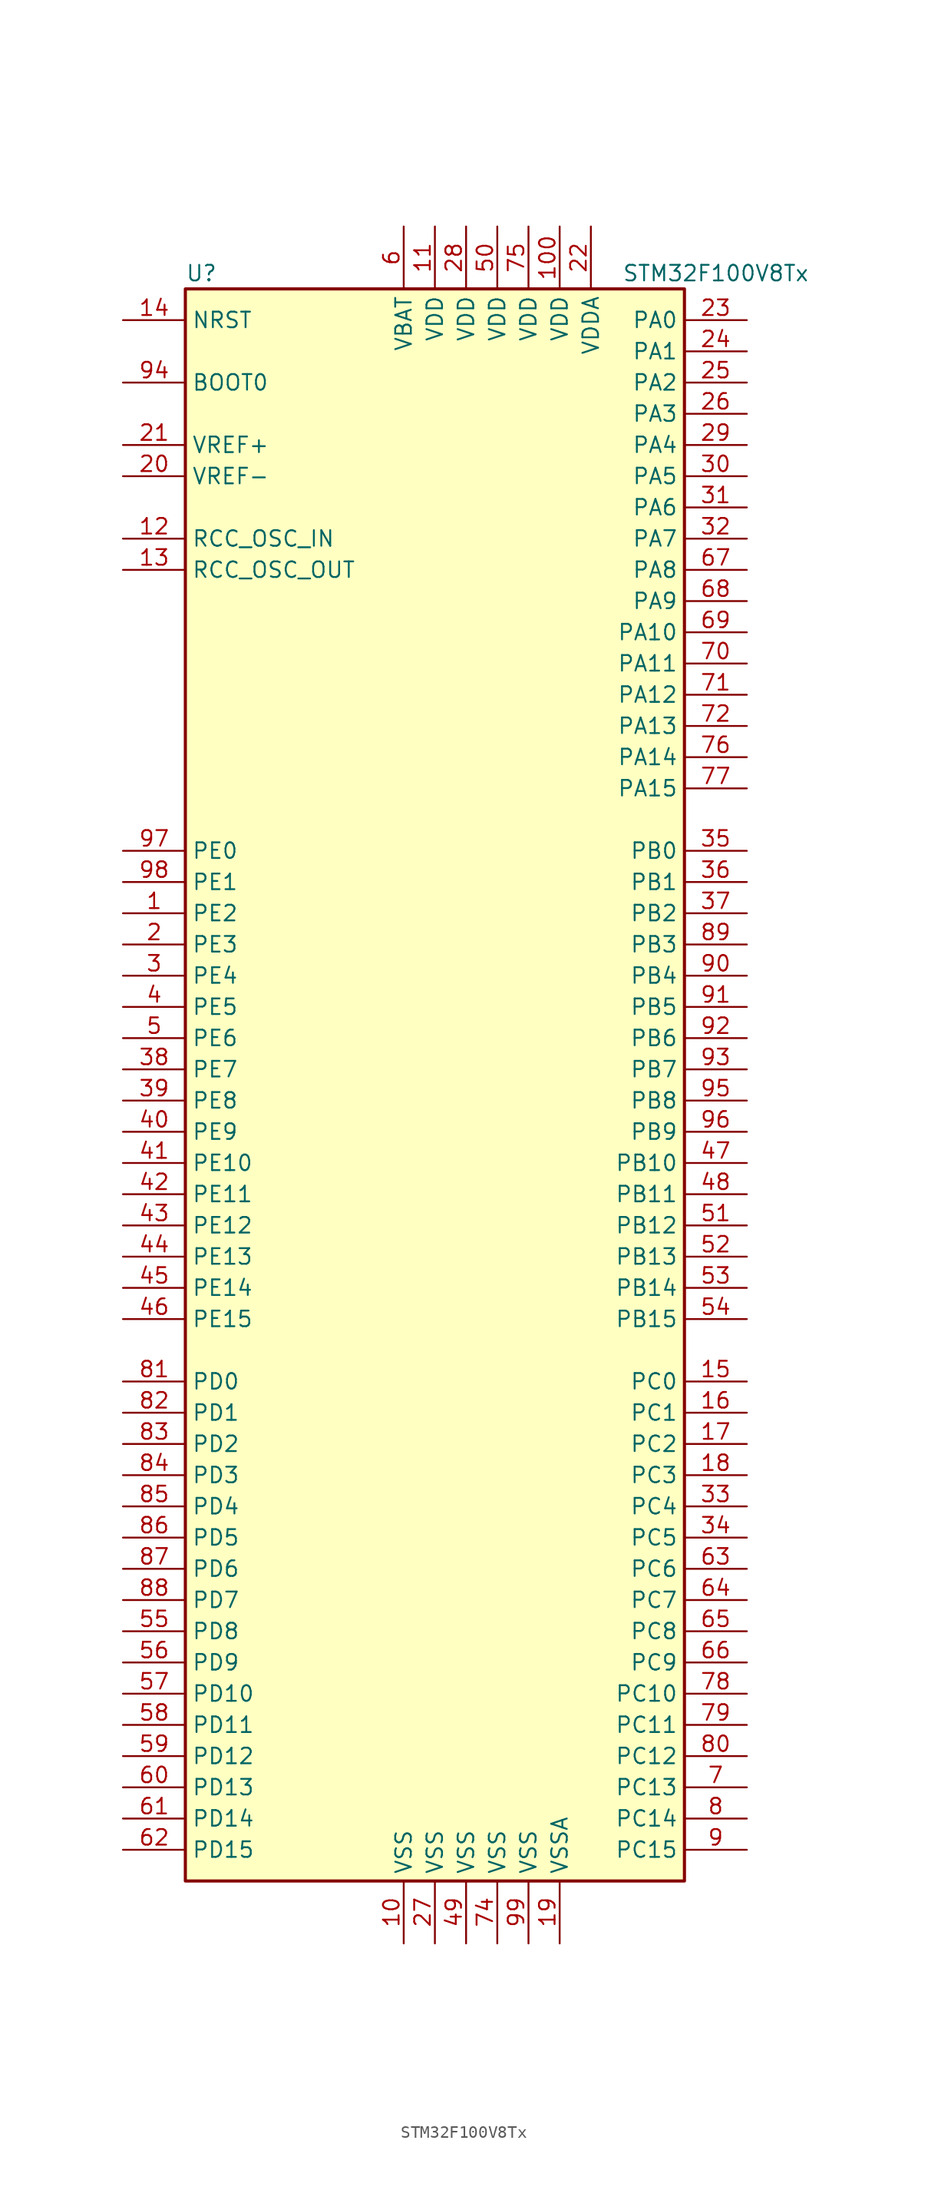
<source format=kicad_sym>
(kicad_symbol_lib
  (version 20211014)
  (generator kicad_symbol_editor)
  (symbol "STM32F100V8Tx"
    (property "Reference" "U"
      (at -20.32 64.77 0)
      (effects (font (size 1.27 1.27)) (justify left)))
    (property "Value" "STM32F100V8Tx"
      (at 15.24 64.77 0)
      (effects (font (size 1.27 1.27)) (justify left)))
    (symbol "STM32F100V8Tx_0_1"
      (rectangle (start -20.32 -66.04) (end 20.32 63.5) (stroke (width 0.254) (type default) (color 0 0 0 0)) (fill (type background))))
    (symbol "STM32F100V8Tx_1_1"
      (pin bidirectional line (at -25.4 12.7 0) (length 5.08) (name "PE2" (effects (font (size 1.27 1.27)))) (number "1" (effects (font (size 1.27 1.27)))))
      (pin power_in line (at -2.54 -71.12 90) (length 5.08) (name "VSS" (effects (font (size 1.27 1.27)))) (number "10" (effects (font (size 1.27 1.27)))))
      (pin power_in line (at 10.16 68.58 270) (length 5.08) (name "VDD" (effects (font (size 1.27 1.27)))) (number "100" (effects (font (size 1.27 1.27)))))
      (pin power_in line (at 0 68.58 270) (length 5.08) (name "VDD" (effects (font (size 1.27 1.27)))) (number "11" (effects (font (size 1.27 1.27)))))
      (pin input line (at -25.4 43.18 0) (length 5.08) (name "RCC_OSC_IN" (effects (font (size 1.27 1.27)))) (number "12" (effects (font (size 1.27 1.27)))))
      (pin input line (at -25.4 40.64 0) (length 5.08) (name "RCC_OSC_OUT" (effects (font (size 1.27 1.27)))) (number "13" (effects (font (size 1.27 1.27)))))
      (pin input line (at -25.4 60.96 0) (length 5.08) (name "NRST" (effects (font (size 1.27 1.27)))) (number "14" (effects (font (size 1.27 1.27)))))
      (pin bidirectional line (at 25.4 -25.4 180) (length 5.08) (name "PC0" (effects (font (size 1.27 1.27)))) (number "15" (effects (font (size 1.27 1.27)))))
      (pin bidirectional line (at 25.4 -27.94 180) (length 5.08) (name "PC1" (effects (font (size 1.27 1.27)))) (number "16" (effects (font (size 1.27 1.27)))))
      (pin bidirectional line (at 25.4 -30.48 180) (length 5.08) (name "PC2" (effects (font (size 1.27 1.27)))) (number "17" (effects (font (size 1.27 1.27)))))
      (pin bidirectional line (at 25.4 -33.02 180) (length 5.08) (name "PC3" (effects (font (size 1.27 1.27)))) (number "18" (effects (font (size 1.27 1.27)))))
      (pin power_in line (at 10.16 -71.12 90) (length 5.08) (name "VSSA" (effects (font (size 1.27 1.27)))) (number "19" (effects (font (size 1.27 1.27)))))
      (pin bidirectional line (at -25.4 10.16 0) (length 5.08) (name "PE3" (effects (font (size 1.27 1.27)))) (number "2" (effects (font (size 1.27 1.27)))))
      (pin power_in line (at -25.4 48.26 0) (length 5.08) (name "VREF-" (effects (font (size 1.27 1.27)))) (number "20" (effects (font (size 1.27 1.27)))))
      (pin power_in line (at -25.4 50.8 0) (length 5.08) (name "VREF+" (effects (font (size 1.27 1.27)))) (number "21" (effects (font (size 1.27 1.27)))))
      (pin power_in line (at 12.7 68.58 270) (length 5.08) (name "VDDA" (effects (font (size 1.27 1.27)))) (number "22" (effects (font (size 1.27 1.27)))))
      (pin bidirectional line (at 25.4 60.96 180) (length 5.08) (name "PA0" (effects (font (size 1.27 1.27)))) (number "23" (effects (font (size 1.27 1.27)))))
      (pin bidirectional line (at 25.4 58.42 180) (length 5.08) (name "PA1" (effects (font (size 1.27 1.27)))) (number "24" (effects (font (size 1.27 1.27)))))
      (pin bidirectional line (at 25.4 55.88 180) (length 5.08) (name "PA2" (effects (font (size 1.27 1.27)))) (number "25" (effects (font (size 1.27 1.27)))))
      (pin bidirectional line (at 25.4 53.34 180) (length 5.08) (name "PA3" (effects (font (size 1.27 1.27)))) (number "26" (effects (font (size 1.27 1.27)))))
      (pin power_in line (at 0 -71.12 90) (length 5.08) (name "VSS" (effects (font (size 1.27 1.27)))) (number "27" (effects (font (size 1.27 1.27)))))
      (pin power_in line (at 2.54 68.58 270) (length 5.08) (name "VDD" (effects (font (size 1.27 1.27)))) (number "28" (effects (font (size 1.27 1.27)))))
      (pin bidirectional line (at 25.4 50.8 180) (length 5.08) (name "PA4" (effects (font (size 1.27 1.27)))) (number "29" (effects (font (size 1.27 1.27)))))
      (pin bidirectional line (at -25.4 7.62 0) (length 5.08) (name "PE4" (effects (font (size 1.27 1.27)))) (number "3" (effects (font (size 1.27 1.27)))))
      (pin bidirectional line (at 25.4 48.26 180) (length 5.08) (name "PA5" (effects (font (size 1.27 1.27)))) (number "30" (effects (font (size 1.27 1.27)))))
      (pin bidirectional line (at 25.4 45.72 180) (length 5.08) (name "PA6" (effects (font (size 1.27 1.27)))) (number "31" (effects (font (size 1.27 1.27)))))
      (pin bidirectional line (at 25.4 43.18 180) (length 5.08) (name "PA7" (effects (font (size 1.27 1.27)))) (number "32" (effects (font (size 1.27 1.27)))))
      (pin bidirectional line (at 25.4 -35.56 180) (length 5.08) (name "PC4" (effects (font (size 1.27 1.27)))) (number "33" (effects (font (size 1.27 1.27)))))
      (pin bidirectional line (at 25.4 -38.1 180) (length 5.08) (name "PC5" (effects (font (size 1.27 1.27)))) (number "34" (effects (font (size 1.27 1.27)))))
      (pin bidirectional line (at 25.4 17.78 180) (length 5.08) (name "PB0" (effects (font (size 1.27 1.27)))) (number "35" (effects (font (size 1.27 1.27)))))
      (pin bidirectional line (at 25.4 15.24 180) (length 5.08) (name "PB1" (effects (font (size 1.27 1.27)))) (number "36" (effects (font (size 1.27 1.27)))))
      (pin bidirectional line (at 25.4 12.7 180) (length 5.08) (name "PB2" (effects (font (size 1.27 1.27)))) (number "37" (effects (font (size 1.27 1.27)))))
      (pin bidirectional line (at -25.4 0 0) (length 5.08) (name "PE7" (effects (font (size 1.27 1.27)))) (number "38" (effects (font (size 1.27 1.27)))))
      (pin bidirectional line (at -25.4 -2.54 0) (length 5.08) (name "PE8" (effects (font (size 1.27 1.27)))) (number "39" (effects (font (size 1.27 1.27)))))
      (pin bidirectional line (at -25.4 5.08 0) (length 5.08) (name "PE5" (effects (font (size 1.27 1.27)))) (number "4" (effects (font (size 1.27 1.27)))))
      (pin bidirectional line (at -25.4 -5.08 0) (length 5.08) (name "PE9" (effects (font (size 1.27 1.27)))) (number "40" (effects (font (size 1.27 1.27)))))
      (pin bidirectional line (at -25.4 -7.62 0) (length 5.08) (name "PE10" (effects (font (size 1.27 1.27)))) (number "41" (effects (font (size 1.27 1.27)))))
      (pin bidirectional line (at -25.4 -10.16 0) (length 5.08) (name "PE11" (effects (font (size 1.27 1.27)))) (number "42" (effects (font (size 1.27 1.27)))))
      (pin bidirectional line (at -25.4 -12.7 0) (length 5.08) (name "PE12" (effects (font (size 1.27 1.27)))) (number "43" (effects (font (size 1.27 1.27)))))
      (pin bidirectional line (at -25.4 -15.24 0) (length 5.08) (name "PE13" (effects (font (size 1.27 1.27)))) (number "44" (effects (font (size 1.27 1.27)))))
      (pin bidirectional line (at -25.4 -17.78 0) (length 5.08) (name "PE14" (effects (font (size 1.27 1.27)))) (number "45" (effects (font (size 1.27 1.27)))))
      (pin bidirectional line (at -25.4 -20.32 0) (length 5.08) (name "PE15" (effects (font (size 1.27 1.27)))) (number "46" (effects (font (size 1.27 1.27)))))
      (pin bidirectional line (at 25.4 -7.62 180) (length 5.08) (name "PB10" (effects (font (size 1.27 1.27)))) (number "47" (effects (font (size 1.27 1.27)))))
      (pin bidirectional line (at 25.4 -10.16 180) (length 5.08) (name "PB11" (effects (font (size 1.27 1.27)))) (number "48" (effects (font (size 1.27 1.27)))))
      (pin power_in line (at 2.54 -71.12 90) (length 5.08) (name "VSS" (effects (font (size 1.27 1.27)))) (number "49" (effects (font (size 1.27 1.27)))))
      (pin bidirectional line (at -25.4 2.54 0) (length 5.08) (name "PE6" (effects (font (size 1.27 1.27)))) (number "5" (effects (font (size 1.27 1.27)))))
      (pin power_in line (at 5.08 68.58 270) (length 5.08) (name "VDD" (effects (font (size 1.27 1.27)))) (number "50" (effects (font (size 1.27 1.27)))))
      (pin bidirectional line (at 25.4 -12.7 180) (length 5.08) (name "PB12" (effects (font (size 1.27 1.27)))) (number "51" (effects (font (size 1.27 1.27)))))
      (pin bidirectional line (at 25.4 -15.24 180) (length 5.08) (name "PB13" (effects (font (size 1.27 1.27)))) (number "52" (effects (font (size 1.27 1.27)))))
      (pin bidirectional line (at 25.4 -17.78 180) (length 5.08) (name "PB14" (effects (font (size 1.27 1.27)))) (number "53" (effects (font (size 1.27 1.27)))))
      (pin bidirectional line (at 25.4 -20.32 180) (length 5.08) (name "PB15" (effects (font (size 1.27 1.27)))) (number "54" (effects (font (size 1.27 1.27)))))
      (pin bidirectional line (at -25.4 -45.72 0) (length 5.08) (name "PD8" (effects (font (size 1.27 1.27)))) (number "55" (effects (font (size 1.27 1.27)))))
      (pin bidirectional line (at -25.4 -48.26 0) (length 5.08) (name "PD9" (effects (font (size 1.27 1.27)))) (number "56" (effects (font (size 1.27 1.27)))))
      (pin bidirectional line (at -25.4 -50.8 0) (length 5.08) (name "PD10" (effects (font (size 1.27 1.27)))) (number "57" (effects (font (size 1.27 1.27)))))
      (pin bidirectional line (at -25.4 -53.34 0) (length 5.08) (name "PD11" (effects (font (size 1.27 1.27)))) (number "58" (effects (font (size 1.27 1.27)))))
      (pin bidirectional line (at -25.4 -55.88 0) (length 5.08) (name "PD12" (effects (font (size 1.27 1.27)))) (number "59" (effects (font (size 1.27 1.27)))))
      (pin power_in line (at -2.54 68.58 270) (length 5.08) (name "VBAT" (effects (font (size 1.27 1.27)))) (number "6" (effects (font (size 1.27 1.27)))))
      (pin bidirectional line (at -25.4 -58.42 0) (length 5.08) (name "PD13" (effects (font (size 1.27 1.27)))) (number "60" (effects (font (size 1.27 1.27)))))
      (pin bidirectional line (at -25.4 -60.96 0) (length 5.08) (name "PD14" (effects (font (size 1.27 1.27)))) (number "61" (effects (font (size 1.27 1.27)))))
      (pin bidirectional line (at -25.4 -63.5 0) (length 5.08) (name "PD15" (effects (font (size 1.27 1.27)))) (number "62" (effects (font (size 1.27 1.27)))))
      (pin bidirectional line (at 25.4 -40.64 180) (length 5.08) (name "PC6" (effects (font (size 1.27 1.27)))) (number "63" (effects (font (size 1.27 1.27)))))
      (pin bidirectional line (at 25.4 -43.18 180) (length 5.08) (name "PC7" (effects (font (size 1.27 1.27)))) (number "64" (effects (font (size 1.27 1.27)))))
      (pin bidirectional line (at 25.4 -45.72 180) (length 5.08) (name "PC8" (effects (font (size 1.27 1.27)))) (number "65" (effects (font (size 1.27 1.27)))))
      (pin bidirectional line (at 25.4 -48.26 180) (length 5.08) (name "PC9" (effects (font (size 1.27 1.27)))) (number "66" (effects (font (size 1.27 1.27)))))
      (pin bidirectional line (at 25.4 40.64 180) (length 5.08) (name "PA8" (effects (font (size 1.27 1.27)))) (number "67" (effects (font (size 1.27 1.27)))))
      (pin bidirectional line (at 25.4 38.1 180) (length 5.08) (name "PA9" (effects (font (size 1.27 1.27)))) (number "68" (effects (font (size 1.27 1.27)))))
      (pin bidirectional line (at 25.4 35.56 180) (length 5.08) (name "PA10" (effects (font (size 1.27 1.27)))) (number "69" (effects (font (size 1.27 1.27)))))
      (pin bidirectional line (at 25.4 -58.42 180) (length 5.08) (name "PC13" (effects (font (size 1.27 1.27)))) (number "7" (effects (font (size 1.27 1.27)))))
      (pin bidirectional line (at 25.4 33.02 180) (length 5.08) (name "PA11" (effects (font (size 1.27 1.27)))) (number "70" (effects (font (size 1.27 1.27)))))
      (pin bidirectional line (at 25.4 30.48 180) (length 5.08) (name "PA12" (effects (font (size 1.27 1.27)))) (number "71" (effects (font (size 1.27 1.27)))))
      (pin bidirectional line (at 25.4 27.94 180) (length 5.08) (name "PA13" (effects (font (size 1.27 1.27)))) (number "72" (effects (font (size 1.27 1.27)))))
      (pin no_connect line (at -20.32 -63.5 0) (length 5.08) hide (name "NC" (effects (font (size 1.27 1.27)))) (number "73" (effects (font (size 1.27 1.27)))))
      (pin power_in line (at 5.08 -71.12 90) (length 5.08) (name "VSS" (effects (font (size 1.27 1.27)))) (number "74" (effects (font (size 1.27 1.27)))))
      (pin power_in line (at 7.62 68.58 270) (length 5.08) (name "VDD" (effects (font (size 1.27 1.27)))) (number "75" (effects (font (size 1.27 1.27)))))
      (pin bidirectional line (at 25.4 25.4 180) (length 5.08) (name "PA14" (effects (font (size 1.27 1.27)))) (number "76" (effects (font (size 1.27 1.27)))))
      (pin bidirectional line (at 25.4 22.86 180) (length 5.08) (name "PA15" (effects (font (size 1.27 1.27)))) (number "77" (effects (font (size 1.27 1.27)))))
      (pin bidirectional line (at 25.4 -50.8 180) (length 5.08) (name "PC10" (effects (font (size 1.27 1.27)))) (number "78" (effects (font (size 1.27 1.27)))))
      (pin bidirectional line (at 25.4 -53.34 180) (length 5.08) (name "PC11" (effects (font (size 1.27 1.27)))) (number "79" (effects (font (size 1.27 1.27)))))
      (pin bidirectional line (at 25.4 -60.96 180) (length 5.08) (name "PC14" (effects (font (size 1.27 1.27)))) (number "8" (effects (font (size 1.27 1.27)))))
      (pin bidirectional line (at 25.4 -55.88 180) (length 5.08) (name "PC12" (effects (font (size 1.27 1.27)))) (number "80" (effects (font (size 1.27 1.27)))))
      (pin bidirectional line (at -25.4 -25.4 0) (length 5.08) (name "PD0" (effects (font (size 1.27 1.27)))) (number "81" (effects (font (size 1.27 1.27)))))
      (pin bidirectional line (at -25.4 -27.94 0) (length 5.08) (name "PD1" (effects (font (size 1.27 1.27)))) (number "82" (effects (font (size 1.27 1.27)))))
      (pin bidirectional line (at -25.4 -30.48 0) (length 5.08) (name "PD2" (effects (font (size 1.27 1.27)))) (number "83" (effects (font (size 1.27 1.27)))))
      (pin bidirectional line (at -25.4 -33.02 0) (length 5.08) (name "PD3" (effects (font (size 1.27 1.27)))) (number "84" (effects (font (size 1.27 1.27)))))
      (pin bidirectional line (at -25.4 -35.56 0) (length 5.08) (name "PD4" (effects (font (size 1.27 1.27)))) (number "85" (effects (font (size 1.27 1.27)))))
      (pin bidirectional line (at -25.4 -38.1 0) (length 5.08) (name "PD5" (effects (font (size 1.27 1.27)))) (number "86" (effects (font (size 1.27 1.27)))))
      (pin bidirectional line (at -25.4 -40.64 0) (length 5.08) (name "PD6" (effects (font (size 1.27 1.27)))) (number "87" (effects (font (size 1.27 1.27)))))
      (pin bidirectional line (at -25.4 -43.18 0) (length 5.08) (name "PD7" (effects (font (size 1.27 1.27)))) (number "88" (effects (font (size 1.27 1.27)))))
      (pin bidirectional line (at 25.4 10.16 180) (length 5.08) (name "PB3" (effects (font (size 1.27 1.27)))) (number "89" (effects (font (size 1.27 1.27)))))
      (pin bidirectional line (at 25.4 -63.5 180) (length 5.08) (name "PC15" (effects (font (size 1.27 1.27)))) (number "9" (effects (font (size 1.27 1.27)))))
      (pin bidirectional line (at 25.4 7.62 180) (length 5.08) (name "PB4" (effects (font (size 1.27 1.27)))) (number "90" (effects (font (size 1.27 1.27)))))
      (pin bidirectional line (at 25.4 5.08 180) (length 5.08) (name "PB5" (effects (font (size 1.27 1.27)))) (number "91" (effects (font (size 1.27 1.27)))))
      (pin bidirectional line (at 25.4 2.54 180) (length 5.08) (name "PB6" (effects (font (size 1.27 1.27)))) (number "92" (effects (font (size 1.27 1.27)))))
      (pin bidirectional line (at 25.4 0 180) (length 5.08) (name "PB7" (effects (font (size 1.27 1.27)))) (number "93" (effects (font (size 1.27 1.27)))))
      (pin input line (at -25.4 55.88 0) (length 5.08) (name "BOOT0" (effects (font (size 1.27 1.27)))) (number "94" (effects (font (size 1.27 1.27)))))
      (pin bidirectional line (at 25.4 -2.54 180) (length 5.08) (name "PB8" (effects (font (size 1.27 1.27)))) (number "95" (effects (font (size 1.27 1.27)))))
      (pin bidirectional line (at 25.4 -5.08 180) (length 5.08) (name "PB9" (effects (font (size 1.27 1.27)))) (number "96" (effects (font (size 1.27 1.27)))))
      (pin bidirectional line (at -25.4 17.78 0) (length 5.08) (name "PE0" (effects (font (size 1.27 1.27)))) (number "97" (effects (font (size 1.27 1.27)))))
      (pin bidirectional line (at -25.4 15.24 0) (length 5.08) (name "PE1" (effects (font (size 1.27 1.27)))) (number "98" (effects (font (size 1.27 1.27)))))
      (pin power_in line (at 7.62 -71.12 90) (length 5.08) (name "VSS" (effects (font (size 1.27 1.27)))) (number "99" (effects (font (size 1.27 1.27))))))))
</source>
